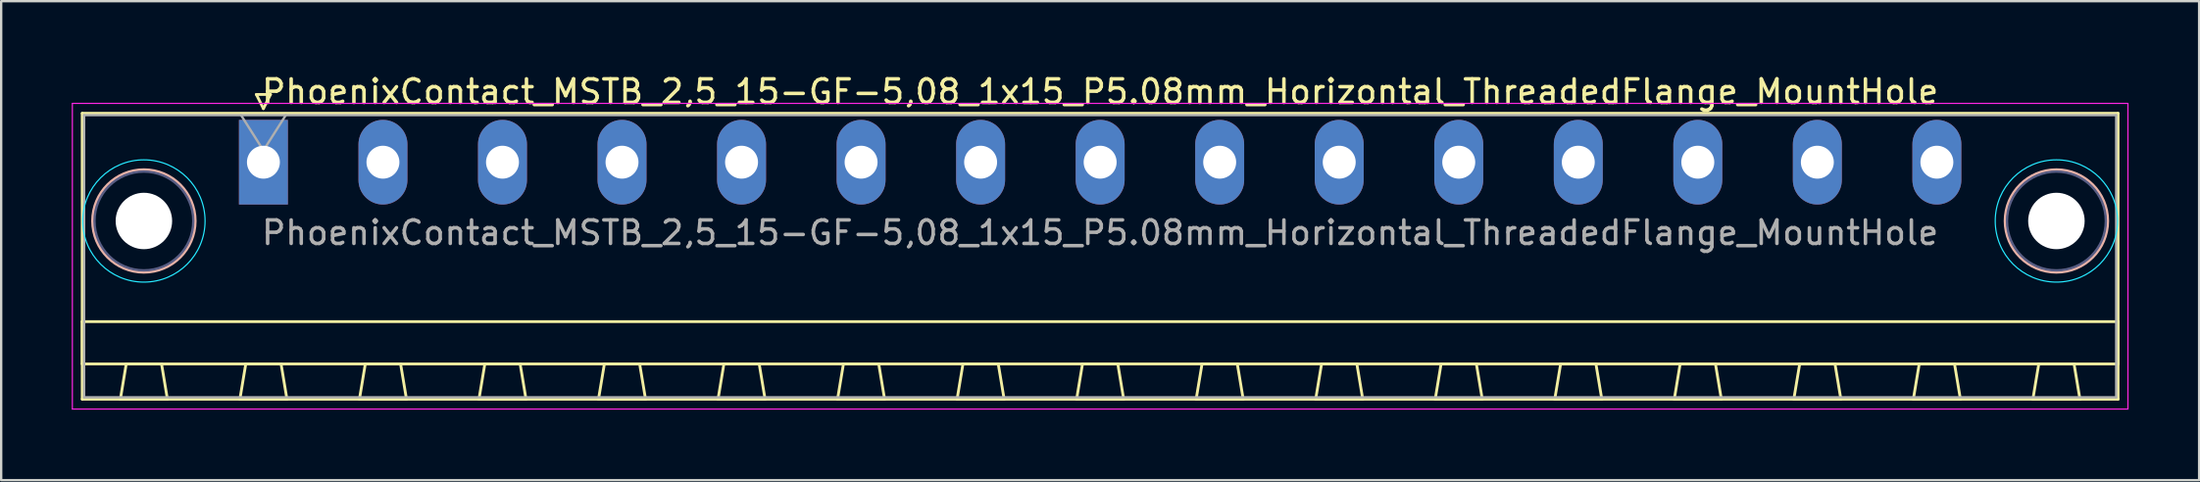
<source format=kicad_pcb>
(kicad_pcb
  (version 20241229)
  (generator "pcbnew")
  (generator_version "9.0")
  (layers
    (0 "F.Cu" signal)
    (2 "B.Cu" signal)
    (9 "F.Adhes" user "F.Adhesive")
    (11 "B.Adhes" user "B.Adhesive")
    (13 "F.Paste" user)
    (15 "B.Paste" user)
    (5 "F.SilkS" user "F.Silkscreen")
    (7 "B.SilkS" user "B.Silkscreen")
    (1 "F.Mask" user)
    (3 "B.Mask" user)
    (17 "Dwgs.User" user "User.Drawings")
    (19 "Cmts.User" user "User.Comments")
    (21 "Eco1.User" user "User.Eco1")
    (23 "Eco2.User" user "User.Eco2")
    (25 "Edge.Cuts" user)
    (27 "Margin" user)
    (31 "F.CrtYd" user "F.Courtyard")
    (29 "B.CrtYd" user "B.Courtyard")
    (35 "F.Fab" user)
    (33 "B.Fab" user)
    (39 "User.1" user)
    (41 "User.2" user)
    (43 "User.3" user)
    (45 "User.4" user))
  (footprint "PhoenixContact_MSTB_2,5_15-GF-5,08_1x15_P5.08mm_Horizontal_ThreadedFlange_MountHole"
    (layer "F.Cu")
    (at 8.145 3.848)
    (property "Reference" "PhoenixContact_MSTB_2,5_15-GF-5,08_1x15_P5.08mm_Horizontal_ThreadedFlange_MountHole" (at 35.56 -3 0) (layer "F.SilkS") (effects (font (size 1 1) (thickness 0.15))))
    (attr through_hole)
    (fp_line (start -7.7 -2.08) (end -7.7 10.08) (stroke (width 0.12) (type solid)) (layer "F.SilkS"))
    (fp_line (start -7.7 6.78) (end 78.82 6.78) (stroke (width 0.12) (type solid)) (layer "F.SilkS"))
    (fp_line (start -7.7 8.58) (end -7.7 6.78) (stroke (width 0.12) (type solid)) (layer "F.SilkS"))
    (fp_line (start -7.7 10.08) (end 78.82 10.08) (stroke (width 0.12) (type solid)) (layer "F.SilkS"))
    (fp_line (start -6.08 10.08) (end -4.08 10.08) (stroke (width 0.12) (type solid)) (layer "F.SilkS"))
    (fp_line (start -5.83 8.58) (end -6.08 10.08) (stroke (width 0.12) (type solid)) (layer "F.SilkS"))
    (fp_line (start -4.33 8.58) (end -5.83 8.58) (stroke (width 0.12) (type solid)) (layer "F.SilkS"))
    (fp_line (start -4.08 10.08) (end -4.33 8.58) (stroke (width 0.12) (type solid)) (layer "F.SilkS"))
    (fp_line (start -1 10.08) (end 1 10.08) (stroke (width 0.12) (type solid)) (layer "F.SilkS"))
    (fp_line (start -0.75 8.58) (end -1 10.08) (stroke (width 0.12) (type solid)) (layer "F.SilkS"))
    (fp_line (start -0.3 -2.88) (end 0.3 -2.88) (stroke (width 0.12) (type solid)) (layer "F.SilkS"))
    (fp_line (start 0 -2.28) (end -0.3 -2.88) (stroke (width 0.12) (type solid)) (layer "F.SilkS"))
    (fp_line (start 0.3 -2.88) (end 0 -2.28) (stroke (width 0.12) (type solid)) (layer "F.SilkS"))
    (fp_line (start 0.75 8.58) (end -0.75 8.58) (stroke (width 0.12) (type solid)) (layer "F.SilkS"))
    (fp_line (start 1 10.08) (end 0.75 8.58) (stroke (width 0.12) (type solid)) (layer "F.SilkS"))
    (fp_line (start 4.08 10.08) (end 6.08 10.08) (stroke (width 0.12) (type solid)) (layer "F.SilkS"))
    (fp_line (start 4.33 8.58) (end 4.08 10.08) (stroke (width 0.12) (type solid)) (layer "F.SilkS"))
    (fp_line (start 5.83 8.58) (end 4.33 8.58) (stroke (width 0.12) (type solid)) (layer "F.SilkS"))
    (fp_line (start 6.08 10.08) (end 5.83 8.58) (stroke (width 0.12) (type solid)) (layer "F.SilkS"))
    (fp_line (start 9.16 10.08) (end 11.16 10.08) (stroke (width 0.12) (type solid)) (layer "F.SilkS"))
    (fp_line (start 9.41 8.58) (end 9.16 10.08) (stroke (width 0.12) (type solid)) (layer "F.SilkS"))
    (fp_line (start 10.91 8.58) (end 9.41 8.58) (stroke (width 0.12) (type solid)) (layer "F.SilkS"))
    (fp_line (start 11.16 10.08) (end 10.91 8.58) (stroke (width 0.12) (type solid)) (layer "F.SilkS"))
    (fp_line (start 14.24 10.08) (end 16.24 10.08) (stroke (width 0.12) (type solid)) (layer "F.SilkS"))
    (fp_line (start 14.49 8.58) (end 14.24 10.08) (stroke (width 0.12) (type solid)) (layer "F.SilkS"))
    (fp_line (start 15.99 8.58) (end 14.49 8.58) (stroke (width 0.12) (type solid)) (layer "F.SilkS"))
    (fp_line (start 16.24 10.08) (end 15.99 8.58) (stroke (width 0.12) (type solid)) (layer "F.SilkS"))
    (fp_line (start 19.32 10.08) (end 21.32 10.08) (stroke (width 0.12) (type solid)) (layer "F.SilkS"))
    (fp_line (start 19.57 8.58) (end 19.32 10.08) (stroke (width 0.12) (type solid)) (layer "F.SilkS"))
    (fp_line (start 21.07 8.58) (end 19.57 8.58) (stroke (width 0.12) (type solid)) (layer "F.SilkS"))
    (fp_line (start 21.32 10.08) (end 21.07 8.58) (stroke (width 0.12) (type solid)) (layer "F.SilkS"))
    (fp_line (start 24.4 10.08) (end 26.4 10.08) (stroke (width 0.12) (type solid)) (layer "F.SilkS"))
    (fp_line (start 24.65 8.58) (end 24.4 10.08) (stroke (width 0.12) (type solid)) (layer "F.SilkS"))
    (fp_line (start 26.15 8.58) (end 24.65 8.58) (stroke (width 0.12) (type solid)) (layer "F.SilkS"))
    (fp_line (start 26.4 10.08) (end 26.15 8.58) (stroke (width 0.12) (type solid)) (layer "F.SilkS"))
    (fp_line (start 29.48 10.08) (end 31.48 10.08) (stroke (width 0.12) (type solid)) (layer "F.SilkS"))
    (fp_line (start 29.73 8.58) (end 29.48 10.08) (stroke (width 0.12) (type solid)) (layer "F.SilkS"))
    (fp_line (start 31.23 8.58) (end 29.73 8.58) (stroke (width 0.12) (type solid)) (layer "F.SilkS"))
    (fp_line (start 31.48 10.08) (end 31.23 8.58) (stroke (width 0.12) (type solid)) (layer "F.SilkS"))
    (fp_line (start 34.56 10.08) (end 36.56 10.08) (stroke (width 0.12) (type solid)) (layer "F.SilkS"))
    (fp_line (start 34.81 8.58) (end 34.56 10.08) (stroke (width 0.12) (type solid)) (layer "F.SilkS"))
    (fp_line (start 36.31 8.58) (end 34.81 8.58) (stroke (width 0.12) (type solid)) (layer "F.SilkS"))
    (fp_line (start 36.56 10.08) (end 36.31 8.58) (stroke (width 0.12) (type solid)) (layer "F.SilkS"))
    (fp_line (start 39.64 10.08) (end 41.64 10.08) (stroke (width 0.12) (type solid)) (layer "F.SilkS"))
    (fp_line (start 39.89 8.58) (end 39.64 10.08) (stroke (width 0.12) (type solid)) (layer "F.SilkS"))
    (fp_line (start 41.39 8.58) (end 39.89 8.58) (stroke (width 0.12) (type solid)) (layer "F.SilkS"))
    (fp_line (start 41.64 10.08) (end 41.39 8.58) (stroke (width 0.12) (type solid)) (layer "F.SilkS"))
    (fp_line (start 44.72 10.08) (end 46.72 10.08) (stroke (width 0.12) (type solid)) (layer "F.SilkS"))
    (fp_line (start 44.97 8.58) (end 44.72 10.08) (stroke (width 0.12) (type solid)) (layer "F.SilkS"))
    (fp_line (start 46.47 8.58) (end 44.97 8.58) (stroke (width 0.12) (type solid)) (layer "F.SilkS"))
    (fp_line (start 46.72 10.08) (end 46.47 8.58) (stroke (width 0.12) (type solid)) (layer "F.SilkS"))
    (fp_line (start 49.8 10.08) (end 51.8 10.08) (stroke (width 0.12) (type solid)) (layer "F.SilkS"))
    (fp_line (start 50.05 8.58) (end 49.8 10.08) (stroke (width 0.12) (type solid)) (layer "F.SilkS"))
    (fp_line (start 51.55 8.58) (end 50.05 8.58) (stroke (width 0.12) (type solid)) (layer "F.SilkS"))
    (fp_line (start 51.8 10.08) (end 51.55 8.58) (stroke (width 0.12) (type solid)) (layer "F.SilkS"))
    (fp_line (start 54.88 10.08) (end 56.88 10.08) (stroke (width 0.12) (type solid)) (layer "F.SilkS"))
    (fp_line (start 55.13 8.58) (end 54.88 10.08) (stroke (width 0.12) (type solid)) (layer "F.SilkS"))
    (fp_line (start 56.63 8.58) (end 55.13 8.58) (stroke (width 0.12) (type solid)) (layer "F.SilkS"))
    (fp_line (start 56.88 10.08) (end 56.63 8.58) (stroke (width 0.12) (type solid)) (layer "F.SilkS"))
    (fp_line (start 59.96 10.08) (end 61.96 10.08) (stroke (width 0.12) (type solid)) (layer "F.SilkS"))
    (fp_line (start 60.21 8.58) (end 59.96 10.08) (stroke (width 0.12) (type solid)) (layer "F.SilkS"))
    (fp_line (start 61.71 8.58) (end 60.21 8.58) (stroke (width 0.12) (type solid)) (layer "F.SilkS"))
    (fp_line (start 61.96 10.08) (end 61.71 8.58) (stroke (width 0.12) (type solid)) (layer "F.SilkS"))
    (fp_line (start 65.04 10.08) (end 67.04 10.08) (stroke (width 0.12) (type solid)) (layer "F.SilkS"))
    (fp_line (start 65.29 8.58) (end 65.04 10.08) (stroke (width 0.12) (type solid)) (layer "F.SilkS"))
    (fp_line (start 66.79 8.58) (end 65.29 8.58) (stroke (width 0.12) (type solid)) (layer "F.SilkS"))
    (fp_line (start 67.04 10.08) (end 66.79 8.58) (stroke (width 0.12) (type solid)) (layer "F.SilkS"))
    (fp_line (start 70.12 10.08) (end 72.12 10.08) (stroke (width 0.12) (type solid)) (layer "F.SilkS"))
    (fp_line (start 70.37 8.58) (end 70.12 10.08) (stroke (width 0.12) (type solid)) (layer "F.SilkS"))
    (fp_line (start 71.87 8.58) (end 70.37 8.58) (stroke (width 0.12) (type solid)) (layer "F.SilkS"))
    (fp_line (start 72.12 10.08) (end 71.87 8.58) (stroke (width 0.12) (type solid)) (layer "F.SilkS"))
    (fp_line (start 75.2 10.08) (end 77.2 10.08) (stroke (width 0.12) (type solid)) (layer "F.SilkS"))
    (fp_line (start 75.45 8.58) (end 75.2 10.08) (stroke (width 0.12) (type solid)) (layer "F.SilkS"))
    (fp_line (start 76.95 8.58) (end 75.45 8.58) (stroke (width 0.12) (type solid)) (layer "F.SilkS"))
    (fp_line (start 77.2 10.08) (end 76.95 8.58) (stroke (width 0.12) (type solid)) (layer "F.SilkS"))
    (fp_line (start 78.82 -2.08) (end -7.7 -2.08) (stroke (width 0.12) (type solid)) (layer "F.SilkS"))
    (fp_line (start 78.82 6.78) (end 78.82 8.58) (stroke (width 0.12) (type solid)) (layer "F.SilkS"))
    (fp_line (start 78.82 8.58) (end -7.7 8.58) (stroke (width 0.12) (type solid)) (layer "F.SilkS"))
    (fp_line (start 78.82 10.08) (end 78.82 -2.08) (stroke (width 0.12) (type solid)) (layer "F.SilkS"))
    (fp_circle (center -5.08 2.5) (end -2.9 2.5) (stroke (width 0.12) (type solid)) (fill no) (layer "B.SilkS"))
    (fp_circle (center 76.2 2.5) (end 78.38 2.5) (stroke (width 0.12) (type solid)) (fill no) (layer "B.SilkS"))
    (fp_circle (center -5.08 2.5) (end -2.48 2.5) (stroke (width 0.05) (type solid)) (fill no) (layer "B.CrtYd"))
    (fp_circle (center 76.2 2.5) (end 78.8 2.5) (stroke (width 0.05) (type solid)) (fill no) (layer "B.CrtYd"))
    (fp_line (start -8.12 -2.5) (end -8.12 10.5) (stroke (width 0.05) (type solid)) (layer "F.CrtYd"))
    (fp_line (start -8.12 10.5) (end 79.24 10.5) (stroke (width 0.05) (type solid)) (layer "F.CrtYd"))
    (fp_line (start 79.24 -2.5) (end -8.12 -2.5) (stroke (width 0.05) (type solid)) (layer "F.CrtYd"))
    (fp_line (start 79.24 10.5) (end 79.24 -2.5) (stroke (width 0.05) (type solid)) (layer "F.CrtYd"))
    (fp_circle (center -5.08 2.5) (end -2.98 2.5) (stroke (width 0.1) (type solid)) (fill no) (layer "B.Fab"))
    (fp_circle (center 76.2 2.5) (end 78.3 2.5) (stroke (width 0.1) (type solid)) (fill no) (layer "B.Fab"))
    (fp_line (start -7.62 -2) (end -7.62 10) (stroke (width 0.1) (type solid)) (layer "F.Fab"))
    (fp_line (start -7.62 10) (end 78.74 10) (stroke (width 0.1) (type solid)) (layer "F.Fab"))
    (fp_line (start 0 -0.5) (end -0.95 -2) (stroke (width 0.1) (type solid)) (layer "F.Fab"))
    (fp_line (start 0.95 -2) (end 0 -0.5) (stroke (width 0.1) (type solid)) (layer "F.Fab"))
    (fp_line (start 78.74 -2) (end -7.62 -2) (stroke (width 0.1) (type solid)) (layer "F.Fab"))
    (fp_line (start 78.74 10) (end 78.74 -2) (stroke (width 0.1) (type solid)) (layer "F.Fab"))
    (fp_text user "${REFERENCE}" (at 35.56 3 0) (layer "F.Fab") (effects (font (size 1 1) (thickness 0.15))))
    (pad "" np_thru_hole circle (at -5.08 2.5) (size 2.4 2.4) (drill 2.4) (layers "*.Cu" "*.Mask"))
    (pad "" np_thru_hole circle (at 76.2 2.5) (size 2.4 2.4) (drill 2.4) (layers "*.Cu" "*.Mask"))
    (pad "1" thru_hole rect (at 0 0) (size 2.08 3.6) (drill 1.4) (layers "*.Cu" "*.Mask"))
    (pad "2" thru_hole oval (at 5.08 0) (size 2.08 3.6) (drill 1.4) (layers "*.Cu" "*.Mask"))
    (pad "3" thru_hole oval (at 10.16 0) (size 2.08 3.6) (drill 1.4) (layers "*.Cu" "*.Mask"))
    (pad "4" thru_hole oval (at 15.24 0) (size 2.08 3.6) (drill 1.4) (layers "*.Cu" "*.Mask"))
    (pad "5" thru_hole oval (at 20.32 0) (size 2.08 3.6) (drill 1.4) (layers "*.Cu" "*.Mask"))
    (pad "6" thru_hole oval (at 25.4 0) (size 2.08 3.6) (drill 1.4) (layers "*.Cu" "*.Mask"))
    (pad "7" thru_hole oval (at 30.48 0) (size 2.08 3.6) (drill 1.4) (layers "*.Cu" "*.Mask"))
    (pad "8" thru_hole oval (at 35.56 0) (size 2.08 3.6) (drill 1.4) (layers "*.Cu" "*.Mask"))
    (pad "9" thru_hole oval (at 40.64 0) (size 2.08 3.6) (drill 1.4) (layers "*.Cu" "*.Mask"))
    (pad "10" thru_hole oval (at 45.72 0) (size 2.08 3.6) (drill 1.4) (layers "*.Cu" "*.Mask"))
    (pad "11" thru_hole oval (at 50.8 0) (size 2.08 3.6) (drill 1.4) (layers "*.Cu" "*.Mask"))
    (pad "12" thru_hole oval (at 55.88 0) (size 2.08 3.6) (drill 1.4) (layers "*.Cu" "*.Mask"))
    (pad "13" thru_hole oval (at 60.96 0) (size 2.08 3.6) (drill 1.4) (layers "*.Cu" "*.Mask"))
    (pad "14" thru_hole oval (at 66.04 0) (size 2.08 3.6) (drill 1.4) (layers "*.Cu" "*.Mask"))
    (pad "15" thru_hole oval (at 71.12 0) (size 2.08 3.6) (drill 1.4) (layers "*.Cu" "*.Mask")))
  (gr_rect
    (start -3 -3)
    (end 90.41 17.373)
    (stroke (width 0.1) (type default))
    (fill no)
    (layer "Edge.Cuts")))
</source>
